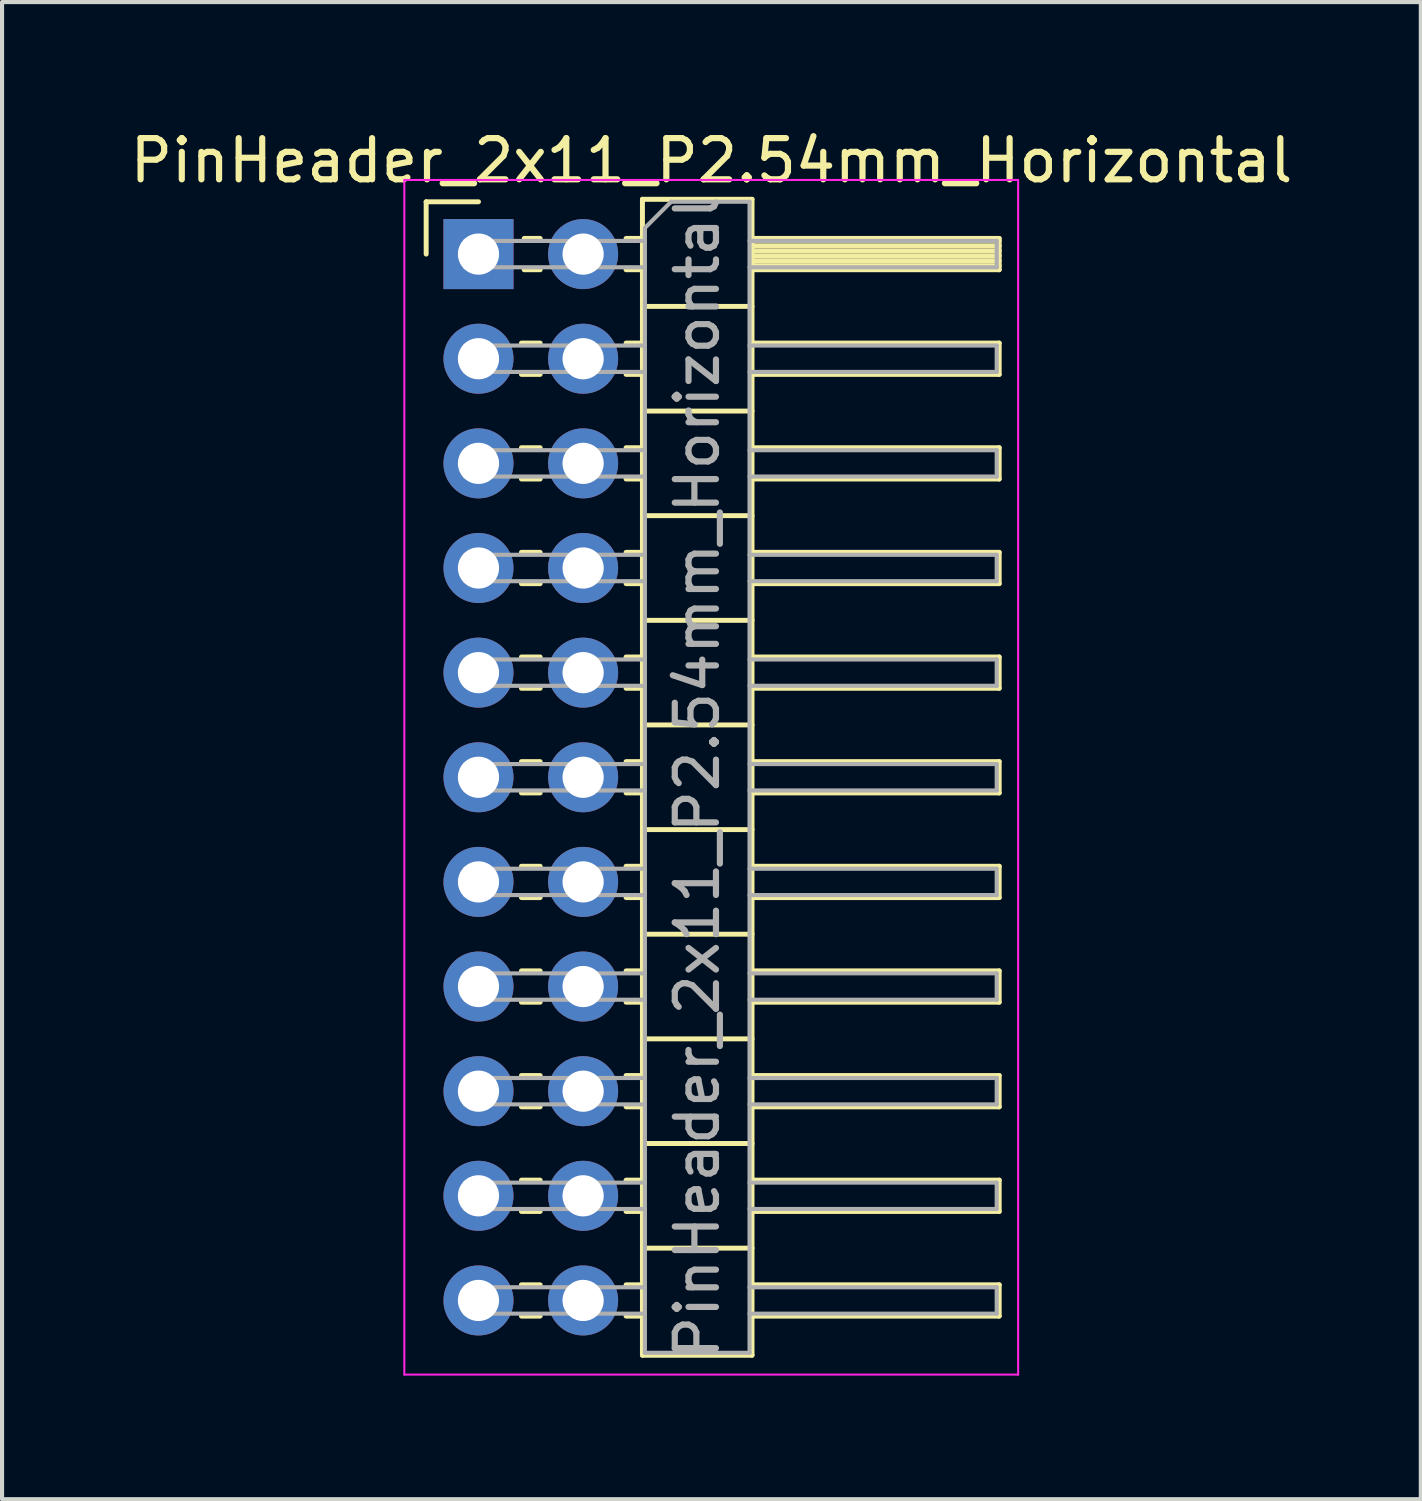
<source format=kicad_pcb>
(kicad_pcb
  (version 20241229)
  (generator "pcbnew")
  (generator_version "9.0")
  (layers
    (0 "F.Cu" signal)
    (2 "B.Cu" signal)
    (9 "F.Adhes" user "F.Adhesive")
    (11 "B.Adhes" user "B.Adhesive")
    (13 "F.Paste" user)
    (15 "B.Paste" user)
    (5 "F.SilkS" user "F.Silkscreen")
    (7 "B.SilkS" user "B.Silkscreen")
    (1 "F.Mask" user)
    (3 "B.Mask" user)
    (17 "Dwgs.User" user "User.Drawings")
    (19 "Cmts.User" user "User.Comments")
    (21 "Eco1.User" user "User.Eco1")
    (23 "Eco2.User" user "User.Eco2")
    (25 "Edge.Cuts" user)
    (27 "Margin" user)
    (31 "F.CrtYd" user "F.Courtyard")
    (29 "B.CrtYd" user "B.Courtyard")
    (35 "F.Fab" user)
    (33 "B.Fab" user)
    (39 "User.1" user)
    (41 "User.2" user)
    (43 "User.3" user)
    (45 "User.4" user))
  (footprint "PinHeader_2x11_P2.54mm_Horizontal"
    (layer "F.Cu")
    (at 8.565 3.118)
    (property "Reference" "PinHeader_2x11_P2.54mm_Horizontal" (at 5.655 -2.27 0) (layer "F.SilkS") (effects (font (size 1 1) (thickness 0.15))))
    (attr through_hole)
    (fp_line (start -1.27 -1.27) (end 0 -1.27) (stroke (width 0.12) (type solid)) (layer "F.SilkS"))
    (fp_line (start -1.27 0) (end -1.27 -1.27) (stroke (width 0.12) (type solid)) (layer "F.SilkS"))
    (fp_line (start 1.043 2.16) (end 1.497 2.16) (stroke (width 0.12) (type solid)) (layer "F.SilkS"))
    (fp_line (start 1.043 2.92) (end 1.497 2.92) (stroke (width 0.12) (type solid)) (layer "F.SilkS"))
    (fp_line (start 1.043 4.7) (end 1.497 4.7) (stroke (width 0.12) (type solid)) (layer "F.SilkS"))
    (fp_line (start 1.043 5.46) (end 1.497 5.46) (stroke (width 0.12) (type solid)) (layer "F.SilkS"))
    (fp_line (start 1.043 7.24) (end 1.497 7.24) (stroke (width 0.12) (type solid)) (layer "F.SilkS"))
    (fp_line (start 1.043 8) (end 1.497 8) (stroke (width 0.12) (type solid)) (layer "F.SilkS"))
    (fp_line (start 1.043 9.78) (end 1.497 9.78) (stroke (width 0.12) (type solid)) (layer "F.SilkS"))
    (fp_line (start 1.043 10.54) (end 1.497 10.54) (stroke (width 0.12) (type solid)) (layer "F.SilkS"))
    (fp_line (start 1.043 12.32) (end 1.497 12.32) (stroke (width 0.12) (type solid)) (layer "F.SilkS"))
    (fp_line (start 1.043 13.08) (end 1.497 13.08) (stroke (width 0.12) (type solid)) (layer "F.SilkS"))
    (fp_line (start 1.043 14.86) (end 1.497 14.86) (stroke (width 0.12) (type solid)) (layer "F.SilkS"))
    (fp_line (start 1.043 15.62) (end 1.497 15.62) (stroke (width 0.12) (type solid)) (layer "F.SilkS"))
    (fp_line (start 1.043 17.4) (end 1.497 17.4) (stroke (width 0.12) (type solid)) (layer "F.SilkS"))
    (fp_line (start 1.043 18.16) (end 1.497 18.16) (stroke (width 0.12) (type solid)) (layer "F.SilkS"))
    (fp_line (start 1.043 19.94) (end 1.497 19.94) (stroke (width 0.12) (type solid)) (layer "F.SilkS"))
    (fp_line (start 1.043 20.7) (end 1.497 20.7) (stroke (width 0.12) (type solid)) (layer "F.SilkS"))
    (fp_line (start 1.043 22.48) (end 1.497 22.48) (stroke (width 0.12) (type solid)) (layer "F.SilkS"))
    (fp_line (start 1.043 23.24) (end 1.497 23.24) (stroke (width 0.12) (type solid)) (layer "F.SilkS"))
    (fp_line (start 1.043 25.02) (end 1.497 25.02) (stroke (width 0.12) (type solid)) (layer "F.SilkS"))
    (fp_line (start 1.043 25.78) (end 1.497 25.78) (stroke (width 0.12) (type solid)) (layer "F.SilkS"))
    (fp_line (start 1.11 -0.38) (end 1.497 -0.38) (stroke (width 0.12) (type solid)) (layer "F.SilkS"))
    (fp_line (start 1.11 0.38) (end 1.497 0.38) (stroke (width 0.12) (type solid)) (layer "F.SilkS"))
    (fp_line (start 3.583 -0.38) (end 3.98 -0.38) (stroke (width 0.12) (type solid)) (layer "F.SilkS"))
    (fp_line (start 3.583 0.38) (end 3.98 0.38) (stroke (width 0.12) (type solid)) (layer "F.SilkS"))
    (fp_line (start 3.583 2.16) (end 3.98 2.16) (stroke (width 0.12) (type solid)) (layer "F.SilkS"))
    (fp_line (start 3.583 2.92) (end 3.98 2.92) (stroke (width 0.12) (type solid)) (layer "F.SilkS"))
    (fp_line (start 3.583 4.7) (end 3.98 4.7) (stroke (width 0.12) (type solid)) (layer "F.SilkS"))
    (fp_line (start 3.583 5.46) (end 3.98 5.46) (stroke (width 0.12) (type solid)) (layer "F.SilkS"))
    (fp_line (start 3.583 7.24) (end 3.98 7.24) (stroke (width 0.12) (type solid)) (layer "F.SilkS"))
    (fp_line (start 3.583 8) (end 3.98 8) (stroke (width 0.12) (type solid)) (layer "F.SilkS"))
    (fp_line (start 3.583 9.78) (end 3.98 9.78) (stroke (width 0.12) (type solid)) (layer "F.SilkS"))
    (fp_line (start 3.583 10.54) (end 3.98 10.54) (stroke (width 0.12) (type solid)) (layer "F.SilkS"))
    (fp_line (start 3.583 12.32) (end 3.98 12.32) (stroke (width 0.12) (type solid)) (layer "F.SilkS"))
    (fp_line (start 3.583 13.08) (end 3.98 13.08) (stroke (width 0.12) (type solid)) (layer "F.SilkS"))
    (fp_line (start 3.583 14.86) (end 3.98 14.86) (stroke (width 0.12) (type solid)) (layer "F.SilkS"))
    (fp_line (start 3.583 15.62) (end 3.98 15.62) (stroke (width 0.12) (type solid)) (layer "F.SilkS"))
    (fp_line (start 3.583 17.4) (end 3.98 17.4) (stroke (width 0.12) (type solid)) (layer "F.SilkS"))
    (fp_line (start 3.583 18.16) (end 3.98 18.16) (stroke (width 0.12) (type solid)) (layer "F.SilkS"))
    (fp_line (start 3.583 19.94) (end 3.98 19.94) (stroke (width 0.12) (type solid)) (layer "F.SilkS"))
    (fp_line (start 3.583 20.7) (end 3.98 20.7) (stroke (width 0.12) (type solid)) (layer "F.SilkS"))
    (fp_line (start 3.583 22.48) (end 3.98 22.48) (stroke (width 0.12) (type solid)) (layer "F.SilkS"))
    (fp_line (start 3.583 23.24) (end 3.98 23.24) (stroke (width 0.12) (type solid)) (layer "F.SilkS"))
    (fp_line (start 3.583 25.02) (end 3.98 25.02) (stroke (width 0.12) (type solid)) (layer "F.SilkS"))
    (fp_line (start 3.583 25.78) (end 3.98 25.78) (stroke (width 0.12) (type solid)) (layer "F.SilkS"))
    (fp_line (start 3.98 -1.33) (end 3.98 26.73) (stroke (width 0.12) (type solid)) (layer "F.SilkS"))
    (fp_line (start 3.98 1.27) (end 6.64 1.27) (stroke (width 0.12) (type solid)) (layer "F.SilkS"))
    (fp_line (start 3.98 3.81) (end 6.64 3.81) (stroke (width 0.12) (type solid)) (layer "F.SilkS"))
    (fp_line (start 3.98 6.35) (end 6.64 6.35) (stroke (width 0.12) (type solid)) (layer "F.SilkS"))
    (fp_line (start 3.98 8.89) (end 6.64 8.89) (stroke (width 0.12) (type solid)) (layer "F.SilkS"))
    (fp_line (start 3.98 11.43) (end 6.64 11.43) (stroke (width 0.12) (type solid)) (layer "F.SilkS"))
    (fp_line (start 3.98 13.97) (end 6.64 13.97) (stroke (width 0.12) (type solid)) (layer "F.SilkS"))
    (fp_line (start 3.98 16.51) (end 6.64 16.51) (stroke (width 0.12) (type solid)) (layer "F.SilkS"))
    (fp_line (start 3.98 19.05) (end 6.64 19.05) (stroke (width 0.12) (type solid)) (layer "F.SilkS"))
    (fp_line (start 3.98 21.59) (end 6.64 21.59) (stroke (width 0.12) (type solid)) (layer "F.SilkS"))
    (fp_line (start 3.98 24.13) (end 6.64 24.13) (stroke (width 0.12) (type solid)) (layer "F.SilkS"))
    (fp_line (start 3.98 26.73) (end 6.64 26.73) (stroke (width 0.12) (type solid)) (layer "F.SilkS"))
    (fp_line (start 6.64 -1.33) (end 3.98 -1.33) (stroke (width 0.12) (type solid)) (layer "F.SilkS"))
    (fp_line (start 6.64 -0.38) (end 12.64 -0.38) (stroke (width 0.12) (type solid)) (layer "F.SilkS"))
    (fp_line (start 6.64 -0.32) (end 12.64 -0.32) (stroke (width 0.12) (type solid)) (layer "F.SilkS"))
    (fp_line (start 6.64 -0.2) (end 12.64 -0.2) (stroke (width 0.12) (type solid)) (layer "F.SilkS"))
    (fp_line (start 6.64 -0.08) (end 12.64 -0.08) (stroke (width 0.12) (type solid)) (layer "F.SilkS"))
    (fp_line (start 6.64 0.04) (end 12.64 0.04) (stroke (width 0.12) (type solid)) (layer "F.SilkS"))
    (fp_line (start 6.64 0.16) (end 12.64 0.16) (stroke (width 0.12) (type solid)) (layer "F.SilkS"))
    (fp_line (start 6.64 0.28) (end 12.64 0.28) (stroke (width 0.12) (type solid)) (layer "F.SilkS"))
    (fp_line (start 6.64 2.16) (end 12.64 2.16) (stroke (width 0.12) (type solid)) (layer "F.SilkS"))
    (fp_line (start 6.64 4.7) (end 12.64 4.7) (stroke (width 0.12) (type solid)) (layer "F.SilkS"))
    (fp_line (start 6.64 7.24) (end 12.64 7.24) (stroke (width 0.12) (type solid)) (layer "F.SilkS"))
    (fp_line (start 6.64 9.78) (end 12.64 9.78) (stroke (width 0.12) (type solid)) (layer "F.SilkS"))
    (fp_line (start 6.64 12.32) (end 12.64 12.32) (stroke (width 0.12) (type solid)) (layer "F.SilkS"))
    (fp_line (start 6.64 14.86) (end 12.64 14.86) (stroke (width 0.12) (type solid)) (layer "F.SilkS"))
    (fp_line (start 6.64 17.4) (end 12.64 17.4) (stroke (width 0.12) (type solid)) (layer "F.SilkS"))
    (fp_line (start 6.64 19.94) (end 12.64 19.94) (stroke (width 0.12) (type solid)) (layer "F.SilkS"))
    (fp_line (start 6.64 22.48) (end 12.64 22.48) (stroke (width 0.12) (type solid)) (layer "F.SilkS"))
    (fp_line (start 6.64 25.02) (end 12.64 25.02) (stroke (width 0.12) (type solid)) (layer "F.SilkS"))
    (fp_line (start 6.64 26.73) (end 6.64 -1.33) (stroke (width 0.12) (type solid)) (layer "F.SilkS"))
    (fp_line (start 12.64 -0.38) (end 12.64 0.38) (stroke (width 0.12) (type solid)) (layer "F.SilkS"))
    (fp_line (start 12.64 0.38) (end 6.64 0.38) (stroke (width 0.12) (type solid)) (layer "F.SilkS"))
    (fp_line (start 12.64 2.16) (end 12.64 2.92) (stroke (width 0.12) (type solid)) (layer "F.SilkS"))
    (fp_line (start 12.64 2.92) (end 6.64 2.92) (stroke (width 0.12) (type solid)) (layer "F.SilkS"))
    (fp_line (start 12.64 4.7) (end 12.64 5.46) (stroke (width 0.12) (type solid)) (layer "F.SilkS"))
    (fp_line (start 12.64 5.46) (end 6.64 5.46) (stroke (width 0.12) (type solid)) (layer "F.SilkS"))
    (fp_line (start 12.64 7.24) (end 12.64 8) (stroke (width 0.12) (type solid)) (layer "F.SilkS"))
    (fp_line (start 12.64 8) (end 6.64 8) (stroke (width 0.12) (type solid)) (layer "F.SilkS"))
    (fp_line (start 12.64 9.78) (end 12.64 10.54) (stroke (width 0.12) (type solid)) (layer "F.SilkS"))
    (fp_line (start 12.64 10.54) (end 6.64 10.54) (stroke (width 0.12) (type solid)) (layer "F.SilkS"))
    (fp_line (start 12.64 12.32) (end 12.64 13.08) (stroke (width 0.12) (type solid)) (layer "F.SilkS"))
    (fp_line (start 12.64 13.08) (end 6.64 13.08) (stroke (width 0.12) (type solid)) (layer "F.SilkS"))
    (fp_line (start 12.64 14.86) (end 12.64 15.62) (stroke (width 0.12) (type solid)) (layer "F.SilkS"))
    (fp_line (start 12.64 15.62) (end 6.64 15.62) (stroke (width 0.12) (type solid)) (layer "F.SilkS"))
    (fp_line (start 12.64 17.4) (end 12.64 18.16) (stroke (width 0.12) (type solid)) (layer "F.SilkS"))
    (fp_line (start 12.64 18.16) (end 6.64 18.16) (stroke (width 0.12) (type solid)) (layer "F.SilkS"))
    (fp_line (start 12.64 19.94) (end 12.64 20.7) (stroke (width 0.12) (type solid)) (layer "F.SilkS"))
    (fp_line (start 12.64 20.7) (end 6.64 20.7) (stroke (width 0.12) (type solid)) (layer "F.SilkS"))
    (fp_line (start 12.64 22.48) (end 12.64 23.24) (stroke (width 0.12) (type solid)) (layer "F.SilkS"))
    (fp_line (start 12.64 23.24) (end 6.64 23.24) (stroke (width 0.12) (type solid)) (layer "F.SilkS"))
    (fp_line (start 12.64 25.02) (end 12.64 25.78) (stroke (width 0.12) (type solid)) (layer "F.SilkS"))
    (fp_line (start 12.64 25.78) (end 6.64 25.78) (stroke (width 0.12) (type solid)) (layer "F.SilkS"))
    (fp_line (start -1.8 -1.8) (end -1.8 27.2) (stroke (width 0.05) (type solid)) (layer "F.CrtYd"))
    (fp_line (start -1.8 27.2) (end 13.1 27.2) (stroke (width 0.05) (type solid)) (layer "F.CrtYd"))
    (fp_line (start 13.1 -1.8) (end -1.8 -1.8) (stroke (width 0.05) (type solid)) (layer "F.CrtYd"))
    (fp_line (start 13.1 27.2) (end 13.1 -1.8) (stroke (width 0.05) (type solid)) (layer "F.CrtYd"))
    (fp_line (start -0.32 -0.32) (end -0.32 0.32) (stroke (width 0.1) (type solid)) (layer "F.Fab"))
    (fp_line (start -0.32 -0.32) (end 4.04 -0.32) (stroke (width 0.1) (type solid)) (layer "F.Fab"))
    (fp_line (start -0.32 0.32) (end 4.04 0.32) (stroke (width 0.1) (type solid)) (layer "F.Fab"))
    (fp_line (start -0.32 2.22) (end -0.32 2.86) (stroke (width 0.1) (type solid)) (layer "F.Fab"))
    (fp_line (start -0.32 2.22) (end 4.04 2.22) (stroke (width 0.1) (type solid)) (layer "F.Fab"))
    (fp_line (start -0.32 2.86) (end 4.04 2.86) (stroke (width 0.1) (type solid)) (layer "F.Fab"))
    (fp_line (start -0.32 4.76) (end -0.32 5.4) (stroke (width 0.1) (type solid)) (layer "F.Fab"))
    (fp_line (start -0.32 4.76) (end 4.04 4.76) (stroke (width 0.1) (type solid)) (layer "F.Fab"))
    (fp_line (start -0.32 5.4) (end 4.04 5.4) (stroke (width 0.1) (type solid)) (layer "F.Fab"))
    (fp_line (start -0.32 7.3) (end -0.32 7.94) (stroke (width 0.1) (type solid)) (layer "F.Fab"))
    (fp_line (start -0.32 7.3) (end 4.04 7.3) (stroke (width 0.1) (type solid)) (layer "F.Fab"))
    (fp_line (start -0.32 7.94) (end 4.04 7.94) (stroke (width 0.1) (type solid)) (layer "F.Fab"))
    (fp_line (start -0.32 9.84) (end -0.32 10.48) (stroke (width 0.1) (type solid)) (layer "F.Fab"))
    (fp_line (start -0.32 9.84) (end 4.04 9.84) (stroke (width 0.1) (type solid)) (layer "F.Fab"))
    (fp_line (start -0.32 10.48) (end 4.04 10.48) (stroke (width 0.1) (type solid)) (layer "F.Fab"))
    (fp_line (start -0.32 12.38) (end -0.32 13.02) (stroke (width 0.1) (type solid)) (layer "F.Fab"))
    (fp_line (start -0.32 12.38) (end 4.04 12.38) (stroke (width 0.1) (type solid)) (layer "F.Fab"))
    (fp_line (start -0.32 13.02) (end 4.04 13.02) (stroke (width 0.1) (type solid)) (layer "F.Fab"))
    (fp_line (start -0.32 14.92) (end -0.32 15.56) (stroke (width 0.1) (type solid)) (layer "F.Fab"))
    (fp_line (start -0.32 14.92) (end 4.04 14.92) (stroke (width 0.1) (type solid)) (layer "F.Fab"))
    (fp_line (start -0.32 15.56) (end 4.04 15.56) (stroke (width 0.1) (type solid)) (layer "F.Fab"))
    (fp_line (start -0.32 17.46) (end -0.32 18.1) (stroke (width 0.1) (type solid)) (layer "F.Fab"))
    (fp_line (start -0.32 17.46) (end 4.04 17.46) (stroke (width 0.1) (type solid)) (layer "F.Fab"))
    (fp_line (start -0.32 18.1) (end 4.04 18.1) (stroke (width 0.1) (type solid)) (layer "F.Fab"))
    (fp_line (start -0.32 20) (end -0.32 20.64) (stroke (width 0.1) (type solid)) (layer "F.Fab"))
    (fp_line (start -0.32 20) (end 4.04 20) (stroke (width 0.1) (type solid)) (layer "F.Fab"))
    (fp_line (start -0.32 20.64) (end 4.04 20.64) (stroke (width 0.1) (type solid)) (layer "F.Fab"))
    (fp_line (start -0.32 22.54) (end -0.32 23.18) (stroke (width 0.1) (type solid)) (layer "F.Fab"))
    (fp_line (start -0.32 22.54) (end 4.04 22.54) (stroke (width 0.1) (type solid)) (layer "F.Fab"))
    (fp_line (start -0.32 23.18) (end 4.04 23.18) (stroke (width 0.1) (type solid)) (layer "F.Fab"))
    (fp_line (start -0.32 25.08) (end -0.32 25.72) (stroke (width 0.1) (type solid)) (layer "F.Fab"))
    (fp_line (start -0.32 25.08) (end 4.04 25.08) (stroke (width 0.1) (type solid)) (layer "F.Fab"))
    (fp_line (start -0.32 25.72) (end 4.04 25.72) (stroke (width 0.1) (type solid)) (layer "F.Fab"))
    (fp_line (start 4.04 -0.635) (end 4.675 -1.27) (stroke (width 0.1) (type solid)) (layer "F.Fab"))
    (fp_line (start 4.04 26.67) (end 4.04 -0.635) (stroke (width 0.1) (type solid)) (layer "F.Fab"))
    (fp_line (start 4.675 -1.27) (end 6.58 -1.27) (stroke (width 0.1) (type solid)) (layer "F.Fab"))
    (fp_line (start 6.58 -1.27) (end 6.58 26.67) (stroke (width 0.1) (type solid)) (layer "F.Fab"))
    (fp_line (start 6.58 -0.32) (end 12.58 -0.32) (stroke (width 0.1) (type solid)) (layer "F.Fab"))
    (fp_line (start 6.58 0.32) (end 12.58 0.32) (stroke (width 0.1) (type solid)) (layer "F.Fab"))
    (fp_line (start 6.58 2.22) (end 12.58 2.22) (stroke (width 0.1) (type solid)) (layer "F.Fab"))
    (fp_line (start 6.58 2.86) (end 12.58 2.86) (stroke (width 0.1) (type solid)) (layer "F.Fab"))
    (fp_line (start 6.58 4.76) (end 12.58 4.76) (stroke (width 0.1) (type solid)) (layer "F.Fab"))
    (fp_line (start 6.58 5.4) (end 12.58 5.4) (stroke (width 0.1) (type solid)) (layer "F.Fab"))
    (fp_line (start 6.58 7.3) (end 12.58 7.3) (stroke (width 0.1) (type solid)) (layer "F.Fab"))
    (fp_line (start 6.58 7.94) (end 12.58 7.94) (stroke (width 0.1) (type solid)) (layer "F.Fab"))
    (fp_line (start 6.58 9.84) (end 12.58 9.84) (stroke (width 0.1) (type solid)) (layer "F.Fab"))
    (fp_line (start 6.58 10.48) (end 12.58 10.48) (stroke (width 0.1) (type solid)) (layer "F.Fab"))
    (fp_line (start 6.58 12.38) (end 12.58 12.38) (stroke (width 0.1) (type solid)) (layer "F.Fab"))
    (fp_line (start 6.58 13.02) (end 12.58 13.02) (stroke (width 0.1) (type solid)) (layer "F.Fab"))
    (fp_line (start 6.58 14.92) (end 12.58 14.92) (stroke (width 0.1) (type solid)) (layer "F.Fab"))
    (fp_line (start 6.58 15.56) (end 12.58 15.56) (stroke (width 0.1) (type solid)) (layer "F.Fab"))
    (fp_line (start 6.58 17.46) (end 12.58 17.46) (stroke (width 0.1) (type solid)) (layer "F.Fab"))
    (fp_line (start 6.58 18.1) (end 12.58 18.1) (stroke (width 0.1) (type solid)) (layer "F.Fab"))
    (fp_line (start 6.58 20) (end 12.58 20) (stroke (width 0.1) (type solid)) (layer "F.Fab"))
    (fp_line (start 6.58 20.64) (end 12.58 20.64) (stroke (width 0.1) (type solid)) (layer "F.Fab"))
    (fp_line (start 6.58 22.54) (end 12.58 22.54) (stroke (width 0.1) (type solid)) (layer "F.Fab"))
    (fp_line (start 6.58 23.18) (end 12.58 23.18) (stroke (width 0.1) (type solid)) (layer "F.Fab"))
    (fp_line (start 6.58 25.08) (end 12.58 25.08) (stroke (width 0.1) (type solid)) (layer "F.Fab"))
    (fp_line (start 6.58 25.72) (end 12.58 25.72) (stroke (width 0.1) (type solid)) (layer "F.Fab"))
    (fp_line (start 6.58 26.67) (end 4.04 26.67) (stroke (width 0.1) (type solid)) (layer "F.Fab"))
    (fp_line (start 12.58 -0.32) (end 12.58 0.32) (stroke (width 0.1) (type solid)) (layer "F.Fab"))
    (fp_line (start 12.58 2.22) (end 12.58 2.86) (stroke (width 0.1) (type solid)) (layer "F.Fab"))
    (fp_line (start 12.58 4.76) (end 12.58 5.4) (stroke (width 0.1) (type solid)) (layer "F.Fab"))
    (fp_line (start 12.58 7.3) (end 12.58 7.94) (stroke (width 0.1) (type solid)) (layer "F.Fab"))
    (fp_line (start 12.58 9.84) (end 12.58 10.48) (stroke (width 0.1) (type solid)) (layer "F.Fab"))
    (fp_line (start 12.58 12.38) (end 12.58 13.02) (stroke (width 0.1) (type solid)) (layer "F.Fab"))
    (fp_line (start 12.58 14.92) (end 12.58 15.56) (stroke (width 0.1) (type solid)) (layer "F.Fab"))
    (fp_line (start 12.58 17.46) (end 12.58 18.1) (stroke (width 0.1) (type solid)) (layer "F.Fab"))
    (fp_line (start 12.58 20) (end 12.58 20.64) (stroke (width 0.1) (type solid)) (layer "F.Fab"))
    (fp_line (start 12.58 22.54) (end 12.58 23.18) (stroke (width 0.1) (type solid)) (layer "F.Fab"))
    (fp_line (start 12.58 25.08) (end 12.58 25.72) (stroke (width 0.1) (type solid)) (layer "F.Fab"))
    (fp_text user "${REFERENCE}" (at 5.31 12.7 90) (layer "F.Fab") (effects (font (size 1 1) (thickness 0.15))))
    (pad "1" thru_hole rect (at 0 0) (size 1.7 1.7) (drill 1) (layers "*.Cu" "*.Mask"))
    (pad "2" thru_hole oval (at 2.54 0) (size 1.7 1.7) (drill 1) (layers "*.Cu" "*.Mask"))
    (pad "3" thru_hole oval (at 0 2.54) (size 1.7 1.7) (drill 1) (layers "*.Cu" "*.Mask"))
    (pad "4" thru_hole oval (at 2.54 2.54) (size 1.7 1.7) (drill 1) (layers "*.Cu" "*.Mask"))
    (pad "5" thru_hole oval (at 0 5.08) (size 1.7 1.7) (drill 1) (layers "*.Cu" "*.Mask"))
    (pad "6" thru_hole oval (at 2.54 5.08) (size 1.7 1.7) (drill 1) (layers "*.Cu" "*.Mask"))
    (pad "7" thru_hole oval (at 0 7.62) (size 1.7 1.7) (drill 1) (layers "*.Cu" "*.Mask"))
    (pad "8" thru_hole oval (at 2.54 7.62) (size 1.7 1.7) (drill 1) (layers "*.Cu" "*.Mask"))
    (pad "9" thru_hole oval (at 0 10.16) (size 1.7 1.7) (drill 1) (layers "*.Cu" "*.Mask"))
    (pad "10" thru_hole oval (at 2.54 10.16) (size 1.7 1.7) (drill 1) (layers "*.Cu" "*.Mask"))
    (pad "11" thru_hole oval (at 0 12.7) (size 1.7 1.7) (drill 1) (layers "*.Cu" "*.Mask"))
    (pad "12" thru_hole oval (at 2.54 12.7) (size 1.7 1.7) (drill 1) (layers "*.Cu" "*.Mask"))
    (pad "13" thru_hole oval (at 0 15.24) (size 1.7 1.7) (drill 1) (layers "*.Cu" "*.Mask"))
    (pad "14" thru_hole oval (at 2.54 15.24) (size 1.7 1.7) (drill 1) (layers "*.Cu" "*.Mask"))
    (pad "15" thru_hole oval (at 0 17.78) (size 1.7 1.7) (drill 1) (layers "*.Cu" "*.Mask"))
    (pad "16" thru_hole oval (at 2.54 17.78) (size 1.7 1.7) (drill 1) (layers "*.Cu" "*.Mask"))
    (pad "17" thru_hole oval (at 0 20.32) (size 1.7 1.7) (drill 1) (layers "*.Cu" "*.Mask"))
    (pad "18" thru_hole oval (at 2.54 20.32) (size 1.7 1.7) (drill 1) (layers "*.Cu" "*.Mask"))
    (pad "19" thru_hole oval (at 0 22.86) (size 1.7 1.7) (drill 1) (layers "*.Cu" "*.Mask"))
    (pad "20" thru_hole oval (at 2.54 22.86) (size 1.7 1.7) (drill 1) (layers "*.Cu" "*.Mask"))
    (pad "21" thru_hole oval (at 0 25.4) (size 1.7 1.7) (drill 1) (layers "*.Cu" "*.Mask"))
    (pad "22" thru_hole oval (at 2.54 25.4) (size 1.7 1.7) (drill 1) (layers "*.Cu" "*.Mask")))
  (gr_rect
    (start -3 -3)
    (end 31.44 33.343)
    (stroke (width 0.1) (type default))
    (fill no)
    (layer "Edge.Cuts")))
</source>
